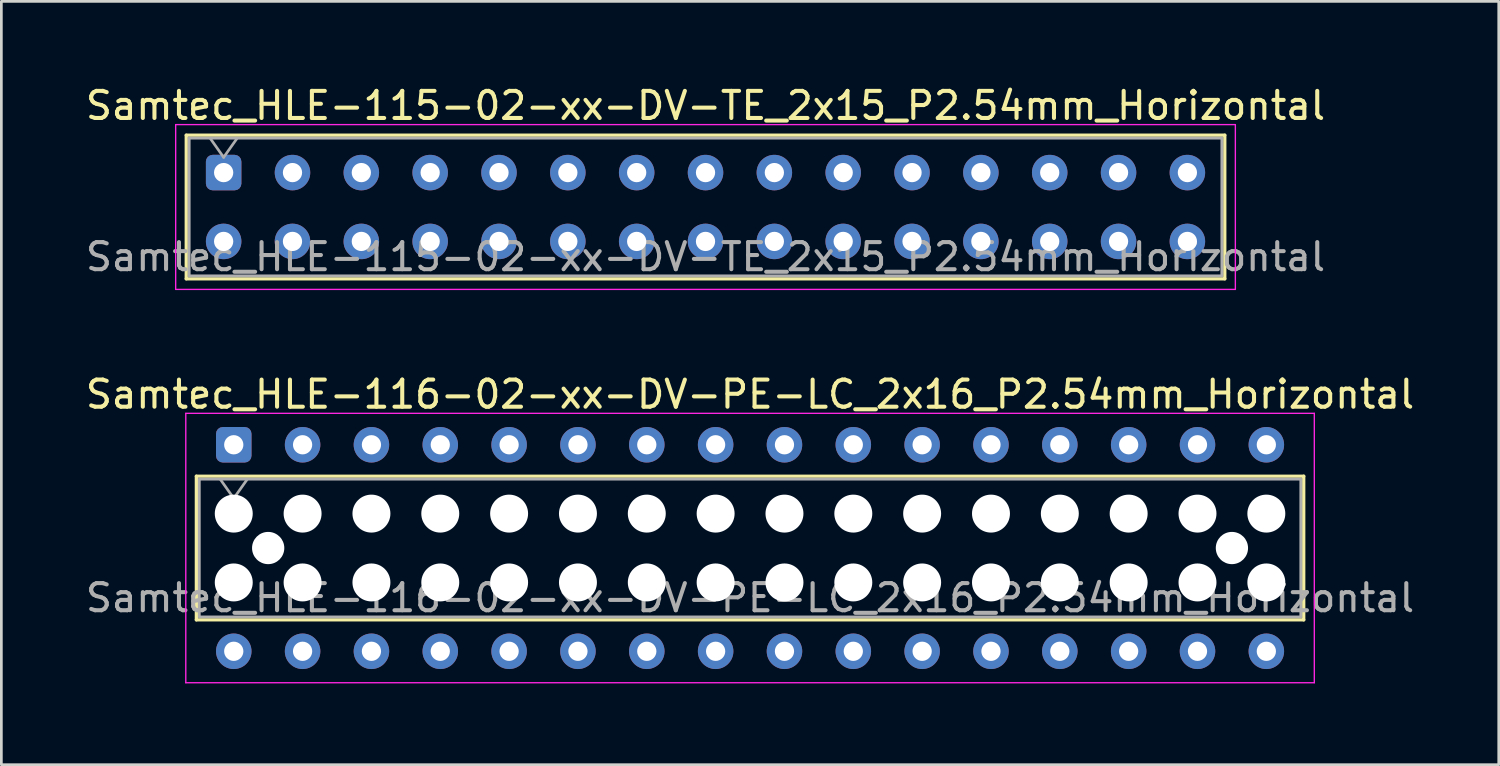
<source format=kicad_pcb>
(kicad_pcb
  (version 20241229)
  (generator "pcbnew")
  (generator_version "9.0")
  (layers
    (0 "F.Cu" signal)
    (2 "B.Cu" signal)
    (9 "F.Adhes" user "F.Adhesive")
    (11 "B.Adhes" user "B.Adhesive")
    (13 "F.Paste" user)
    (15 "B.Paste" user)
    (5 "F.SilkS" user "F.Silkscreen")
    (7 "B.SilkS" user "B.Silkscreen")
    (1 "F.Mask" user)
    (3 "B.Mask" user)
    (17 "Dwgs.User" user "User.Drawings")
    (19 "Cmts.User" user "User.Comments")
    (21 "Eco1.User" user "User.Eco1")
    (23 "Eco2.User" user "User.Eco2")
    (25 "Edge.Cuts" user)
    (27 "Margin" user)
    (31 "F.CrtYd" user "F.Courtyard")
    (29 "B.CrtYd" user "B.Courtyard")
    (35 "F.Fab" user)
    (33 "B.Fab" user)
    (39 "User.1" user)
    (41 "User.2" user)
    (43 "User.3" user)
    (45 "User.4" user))
  (footprint "Samtec_HLE-115-02-xx-DV-TE_2x15_P2.54mm_Horizontal"
    (layer "F.Cu")
    (at 5.202 3.318)
    (property "Reference" "Samtec_HLE-115-02-xx-DV-TE_2x15_P2.54mm_Horizontal" (at 17.78 -2.47 0) (layer "F.SilkS") (effects (font (size 1 1) (thickness 0.15))))
    (attr through_hole)
    (fp_line (start -1.38 -1.38) (end 36.94 -1.38) (stroke (width 0.12) (type solid)) (layer "F.SilkS"))
    (fp_line (start -1.38 3.92) (end -1.38 -1.38) (stroke (width 0.12) (type solid)) (layer "F.SilkS"))
    (fp_line (start 36.94 -1.38) (end 36.94 3.92) (stroke (width 0.12) (type solid)) (layer "F.SilkS"))
    (fp_line (start 36.94 3.92) (end -1.38 3.92) (stroke (width 0.12) (type solid)) (layer "F.SilkS"))
    (fp_line (start -1.77 -1.77) (end 37.33 -1.77) (stroke (width 0.05) (type solid)) (layer "F.CrtYd"))
    (fp_line (start -1.77 4.31) (end -1.77 -1.77) (stroke (width 0.05) (type solid)) (layer "F.CrtYd"))
    (fp_line (start 37.33 -1.77) (end 37.33 4.31) (stroke (width 0.05) (type solid)) (layer "F.CrtYd"))
    (fp_line (start 37.33 4.31) (end -1.77 4.31) (stroke (width 0.05) (type solid)) (layer "F.CrtYd"))
    (fp_line (start -1.27 -1.27) (end 36.83 -1.27) (stroke (width 0.1) (type solid)) (layer "F.Fab"))
    (fp_line (start -1.27 3.81) (end -1.27 -1.27) (stroke (width 0.1) (type solid)) (layer "F.Fab"))
    (fp_line (start -0.5 -1.27) (end 0 -0.563) (stroke (width 0.1) (type solid)) (layer "F.Fab"))
    (fp_line (start 0 -0.563) (end 0.5 -1.27) (stroke (width 0.1) (type solid)) (layer "F.Fab"))
    (fp_line (start 36.83 -1.27) (end 36.83 3.81) (stroke (width 0.1) (type solid)) (layer "F.Fab"))
    (fp_line (start 36.83 3.81) (end -1.27 3.81) (stroke (width 0.1) (type solid)) (layer "F.Fab"))
    (fp_text user "${REFERENCE}" (at 17.78 3.11 0) (layer "F.Fab") (effects (font (size 1 1) (thickness 0.15))))
    (pad "1" thru_hole roundrect (at 0 0) (size 1.31 1.31) (drill 0.71) (layers "*.Cu" "*.Mask") (roundrect_rratio 0.191))
    (pad "2" thru_hole circle (at 0 2.54) (size 1.31 1.31) (drill 0.71) (layers "*.Cu" "*.Mask"))
    (pad "3" thru_hole circle (at 2.54 0) (size 1.31 1.31) (drill 0.71) (layers "*.Cu" "*.Mask"))
    (pad "4" thru_hole circle (at 2.54 2.54) (size 1.31 1.31) (drill 0.71) (layers "*.Cu" "*.Mask"))
    (pad "5" thru_hole circle (at 5.08 0) (size 1.31 1.31) (drill 0.71) (layers "*.Cu" "*.Mask"))
    (pad "6" thru_hole circle (at 5.08 2.54) (size 1.31 1.31) (drill 0.71) (layers "*.Cu" "*.Mask"))
    (pad "7" thru_hole circle (at 7.62 0) (size 1.31 1.31) (drill 0.71) (layers "*.Cu" "*.Mask"))
    (pad "8" thru_hole circle (at 7.62 2.54) (size 1.31 1.31) (drill 0.71) (layers "*.Cu" "*.Mask"))
    (pad "9" thru_hole circle (at 10.16 0) (size 1.31 1.31) (drill 0.71) (layers "*.Cu" "*.Mask"))
    (pad "10" thru_hole circle (at 10.16 2.54) (size 1.31 1.31) (drill 0.71) (layers "*.Cu" "*.Mask"))
    (pad "11" thru_hole circle (at 12.7 0) (size 1.31 1.31) (drill 0.71) (layers "*.Cu" "*.Mask"))
    (pad "12" thru_hole circle (at 12.7 2.54) (size 1.31 1.31) (drill 0.71) (layers "*.Cu" "*.Mask"))
    (pad "13" thru_hole circle (at 15.24 0) (size 1.31 1.31) (drill 0.71) (layers "*.Cu" "*.Mask"))
    (pad "14" thru_hole circle (at 15.24 2.54) (size 1.31 1.31) (drill 0.71) (layers "*.Cu" "*.Mask"))
    (pad "15" thru_hole circle (at 17.78 0) (size 1.31 1.31) (drill 0.71) (layers "*.Cu" "*.Mask"))
    (pad "16" thru_hole circle (at 17.78 2.54) (size 1.31 1.31) (drill 0.71) (layers "*.Cu" "*.Mask"))
    (pad "17" thru_hole circle (at 20.32 0) (size 1.31 1.31) (drill 0.71) (layers "*.Cu" "*.Mask"))
    (pad "18" thru_hole circle (at 20.32 2.54) (size 1.31 1.31) (drill 0.71) (layers "*.Cu" "*.Mask"))
    (pad "19" thru_hole circle (at 22.86 0) (size 1.31 1.31) (drill 0.71) (layers "*.Cu" "*.Mask"))
    (pad "20" thru_hole circle (at 22.86 2.54) (size 1.31 1.31) (drill 0.71) (layers "*.Cu" "*.Mask"))
    (pad "21" thru_hole circle (at 25.4 0) (size 1.31 1.31) (drill 0.71) (layers "*.Cu" "*.Mask"))
    (pad "22" thru_hole circle (at 25.4 2.54) (size 1.31 1.31) (drill 0.71) (layers "*.Cu" "*.Mask"))
    (pad "23" thru_hole circle (at 27.94 0) (size 1.31 1.31) (drill 0.71) (layers "*.Cu" "*.Mask"))
    (pad "24" thru_hole circle (at 27.94 2.54) (size 1.31 1.31) (drill 0.71) (layers "*.Cu" "*.Mask"))
    (pad "25" thru_hole circle (at 30.48 0) (size 1.31 1.31) (drill 0.71) (layers "*.Cu" "*.Mask"))
    (pad "26" thru_hole circle (at 30.48 2.54) (size 1.31 1.31) (drill 0.71) (layers "*.Cu" "*.Mask"))
    (pad "27" thru_hole circle (at 33.02 0) (size 1.31 1.31) (drill 0.71) (layers "*.Cu" "*.Mask"))
    (pad "28" thru_hole circle (at 33.02 2.54) (size 1.31 1.31) (drill 0.71) (layers "*.Cu" "*.Mask"))
    (pad "29" thru_hole circle (at 35.56 0) (size 1.31 1.31) (drill 0.71) (layers "*.Cu" "*.Mask"))
    (pad "30" thru_hole circle (at 35.56 2.54) (size 1.31 1.31) (drill 0.71) (layers "*.Cu" "*.Mask")))
  (footprint "Samtec_HLE-116-02-xx-DV-PE-LC_2x16_P2.54mm_Horizontal"
    (layer "F.Cu")
    (at 5.575 13.361)
    (property "Reference" "Samtec_HLE-116-02-xx-DV-PE-LC_2x16_P2.54mm_Horizontal" (at 19.05 -1.86 0) (layer "F.SilkS") (effects (font (size 1 1) (thickness 0.15))))
    (attr through_hole)
    (fp_line (start -1.38 1.16) (end 39.48 1.16) (stroke (width 0.12) (type solid)) (layer "F.SilkS"))
    (fp_line (start -1.38 6.46) (end -1.38 1.16) (stroke (width 0.12) (type solid)) (layer "F.SilkS"))
    (fp_line (start 39.48 1.16) (end 39.48 6.46) (stroke (width 0.12) (type solid)) (layer "F.SilkS"))
    (fp_line (start 39.48 6.46) (end -1.38 6.46) (stroke (width 0.12) (type solid)) (layer "F.SilkS"))
    (fp_line (start -1.77 -1.16) (end 39.87 -1.16) (stroke (width 0.05) (type solid)) (layer "F.CrtYd"))
    (fp_line (start -1.77 8.78) (end -1.77 -1.16) (stroke (width 0.05) (type solid)) (layer "F.CrtYd"))
    (fp_line (start 39.87 -1.16) (end 39.87 8.78) (stroke (width 0.05) (type solid)) (layer "F.CrtYd"))
    (fp_line (start 39.87 8.78) (end -1.77 8.78) (stroke (width 0.05) (type solid)) (layer "F.CrtYd"))
    (fp_line (start -1.27 1.27) (end 39.37 1.27) (stroke (width 0.1) (type solid)) (layer "F.Fab"))
    (fp_line (start -1.27 6.35) (end -1.27 1.27) (stroke (width 0.1) (type solid)) (layer "F.Fab"))
    (fp_line (start -0.5 1.27) (end 0 1.977) (stroke (width 0.1) (type solid)) (layer "F.Fab"))
    (fp_line (start 0 1.977) (end 0.5 1.27) (stroke (width 0.1) (type solid)) (layer "F.Fab"))
    (fp_line (start 39.37 1.27) (end 39.37 6.35) (stroke (width 0.1) (type solid)) (layer "F.Fab"))
    (fp_line (start 39.37 6.35) (end -1.27 6.35) (stroke (width 0.1) (type solid)) (layer "F.Fab"))
    (fp_text user "${REFERENCE}" (at 19.05 5.65 0) (layer "F.Fab") (effects (font (size 1 1) (thickness 0.15))))
    (pad "" np_thru_hole circle (at 0 2.54) (size 1.4 1.4) (drill 1.4) (layers "*.Cu" "*.Mask"))
    (pad "" np_thru_hole circle (at 0 5.08) (size 1.4 1.4) (drill 1.4) (layers "*.Cu" "*.Mask"))
    (pad "" np_thru_hole circle (at 1.27 3.81) (size 1.19 1.19) (drill 1.19) (layers "*.Cu" "*.Mask"))
    (pad "" np_thru_hole circle (at 2.54 2.54) (size 1.4 1.4) (drill 1.4) (layers "*.Cu" "*.Mask"))
    (pad "" np_thru_hole circle (at 2.54 5.08) (size 1.4 1.4) (drill 1.4) (layers "*.Cu" "*.Mask"))
    (pad "" np_thru_hole circle (at 5.08 2.54) (size 1.4 1.4) (drill 1.4) (layers "*.Cu" "*.Mask"))
    (pad "" np_thru_hole circle (at 5.08 5.08) (size 1.4 1.4) (drill 1.4) (layers "*.Cu" "*.Mask"))
    (pad "" np_thru_hole circle (at 7.62 2.54) (size 1.4 1.4) (drill 1.4) (layers "*.Cu" "*.Mask"))
    (pad "" np_thru_hole circle (at 7.62 5.08) (size 1.4 1.4) (drill 1.4) (layers "*.Cu" "*.Mask"))
    (pad "" np_thru_hole circle (at 10.16 2.54) (size 1.4 1.4) (drill 1.4) (layers "*.Cu" "*.Mask"))
    (pad "" np_thru_hole circle (at 10.16 5.08) (size 1.4 1.4) (drill 1.4) (layers "*.Cu" "*.Mask"))
    (pad "" np_thru_hole circle (at 12.7 2.54) (size 1.4 1.4) (drill 1.4) (layers "*.Cu" "*.Mask"))
    (pad "" np_thru_hole circle (at 12.7 5.08) (size 1.4 1.4) (drill 1.4) (layers "*.Cu" "*.Mask"))
    (pad "" np_thru_hole circle (at 15.24 2.54) (size 1.4 1.4) (drill 1.4) (layers "*.Cu" "*.Mask"))
    (pad "" np_thru_hole circle (at 15.24 5.08) (size 1.4 1.4) (drill 1.4) (layers "*.Cu" "*.Mask"))
    (pad "" np_thru_hole circle (at 17.78 2.54) (size 1.4 1.4) (drill 1.4) (layers "*.Cu" "*.Mask"))
    (pad "" np_thru_hole circle (at 17.78 5.08) (size 1.4 1.4) (drill 1.4) (layers "*.Cu" "*.Mask"))
    (pad "" np_thru_hole circle (at 20.32 2.54) (size 1.4 1.4) (drill 1.4) (layers "*.Cu" "*.Mask"))
    (pad "" np_thru_hole circle (at 20.32 5.08) (size 1.4 1.4) (drill 1.4) (layers "*.Cu" "*.Mask"))
    (pad "" np_thru_hole circle (at 22.86 2.54) (size 1.4 1.4) (drill 1.4) (layers "*.Cu" "*.Mask"))
    (pad "" np_thru_hole circle (at 22.86 5.08) (size 1.4 1.4) (drill 1.4) (layers "*.Cu" "*.Mask"))
    (pad "" np_thru_hole circle (at 25.4 2.54) (size 1.4 1.4) (drill 1.4) (layers "*.Cu" "*.Mask"))
    (pad "" np_thru_hole circle (at 25.4 5.08) (size 1.4 1.4) (drill 1.4) (layers "*.Cu" "*.Mask"))
    (pad "" np_thru_hole circle (at 27.94 2.54) (size 1.4 1.4) (drill 1.4) (layers "*.Cu" "*.Mask"))
    (pad "" np_thru_hole circle (at 27.94 5.08) (size 1.4 1.4) (drill 1.4) (layers "*.Cu" "*.Mask"))
    (pad "" np_thru_hole circle (at 30.48 2.54) (size 1.4 1.4) (drill 1.4) (layers "*.Cu" "*.Mask"))
    (pad "" np_thru_hole circle (at 30.48 5.08) (size 1.4 1.4) (drill 1.4) (layers "*.Cu" "*.Mask"))
    (pad "" np_thru_hole circle (at 33.02 2.54) (size 1.4 1.4) (drill 1.4) (layers "*.Cu" "*.Mask"))
    (pad "" np_thru_hole circle (at 33.02 5.08) (size 1.4 1.4) (drill 1.4) (layers "*.Cu" "*.Mask"))
    (pad "" np_thru_hole circle (at 35.56 2.54) (size 1.4 1.4) (drill 1.4) (layers "*.Cu" "*.Mask"))
    (pad "" np_thru_hole circle (at 35.56 5.08) (size 1.4 1.4) (drill 1.4) (layers "*.Cu" "*.Mask"))
    (pad "" np_thru_hole circle (at 36.83 3.81) (size 1.19 1.19) (drill 1.19) (layers "*.Cu" "*.Mask"))
    (pad "" np_thru_hole circle (at 38.1 2.54) (size 1.4 1.4) (drill 1.4) (layers "*.Cu" "*.Mask"))
    (pad "" np_thru_hole circle (at 38.1 5.08) (size 1.4 1.4) (drill 1.4) (layers "*.Cu" "*.Mask"))
    (pad "1" thru_hole roundrect (at 0 0) (size 1.31 1.31) (drill 0.71) (layers "*.Cu" "*.Mask") (roundrect_rratio 0.191))
    (pad "2" thru_hole circle (at 0 7.62) (size 1.31 1.31) (drill 0.71) (layers "*.Cu" "*.Mask"))
    (pad "3" thru_hole circle (at 2.54 0) (size 1.31 1.31) (drill 0.71) (layers "*.Cu" "*.Mask"))
    (pad "4" thru_hole circle (at 2.54 7.62) (size 1.31 1.31) (drill 0.71) (layers "*.Cu" "*.Mask"))
    (pad "5" thru_hole circle (at 5.08 0) (size 1.31 1.31) (drill 0.71) (layers "*.Cu" "*.Mask"))
    (pad "6" thru_hole circle (at 5.08 7.62) (size 1.31 1.31) (drill 0.71) (layers "*.Cu" "*.Mask"))
    (pad "7" thru_hole circle (at 7.62 0) (size 1.31 1.31) (drill 0.71) (layers "*.Cu" "*.Mask"))
    (pad "8" thru_hole circle (at 7.62 7.62) (size 1.31 1.31) (drill 0.71) (layers "*.Cu" "*.Mask"))
    (pad "9" thru_hole circle (at 10.16 0) (size 1.31 1.31) (drill 0.71) (layers "*.Cu" "*.Mask"))
    (pad "10" thru_hole circle (at 10.16 7.62) (size 1.31 1.31) (drill 0.71) (layers "*.Cu" "*.Mask"))
    (pad "11" thru_hole circle (at 12.7 0) (size 1.31 1.31) (drill 0.71) (layers "*.Cu" "*.Mask"))
    (pad "12" thru_hole circle (at 12.7 7.62) (size 1.31 1.31) (drill 0.71) (layers "*.Cu" "*.Mask"))
    (pad "13" thru_hole circle (at 15.24 0) (size 1.31 1.31) (drill 0.71) (layers "*.Cu" "*.Mask"))
    (pad "14" thru_hole circle (at 15.24 7.62) (size 1.31 1.31) (drill 0.71) (layers "*.Cu" "*.Mask"))
    (pad "15" thru_hole circle (at 17.78 0) (size 1.31 1.31) (drill 0.71) (layers "*.Cu" "*.Mask"))
    (pad "16" thru_hole circle (at 17.78 7.62) (size 1.31 1.31) (drill 0.71) (layers "*.Cu" "*.Mask"))
    (pad "17" thru_hole circle (at 20.32 0) (size 1.31 1.31) (drill 0.71) (layers "*.Cu" "*.Mask"))
    (pad "18" thru_hole circle (at 20.32 7.62) (size 1.31 1.31) (drill 0.71) (layers "*.Cu" "*.Mask"))
    (pad "19" thru_hole circle (at 22.86 0) (size 1.31 1.31) (drill 0.71) (layers "*.Cu" "*.Mask"))
    (pad "20" thru_hole circle (at 22.86 7.62) (size 1.31 1.31) (drill 0.71) (layers "*.Cu" "*.Mask"))
    (pad "21" thru_hole circle (at 25.4 0) (size 1.31 1.31) (drill 0.71) (layers "*.Cu" "*.Mask"))
    (pad "22" thru_hole circle (at 25.4 7.62) (size 1.31 1.31) (drill 0.71) (layers "*.Cu" "*.Mask"))
    (pad "23" thru_hole circle (at 27.94 0) (size 1.31 1.31) (drill 0.71) (layers "*.Cu" "*.Mask"))
    (pad "24" thru_hole circle (at 27.94 7.62) (size 1.31 1.31) (drill 0.71) (layers "*.Cu" "*.Mask"))
    (pad "25" thru_hole circle (at 30.48 0) (size 1.31 1.31) (drill 0.71) (layers "*.Cu" "*.Mask"))
    (pad "26" thru_hole circle (at 30.48 7.62) (size 1.31 1.31) (drill 0.71) (layers "*.Cu" "*.Mask"))
    (pad "27" thru_hole circle (at 33.02 0) (size 1.31 1.31) (drill 0.71) (layers "*.Cu" "*.Mask"))
    (pad "28" thru_hole circle (at 33.02 7.62) (size 1.31 1.31) (drill 0.71) (layers "*.Cu" "*.Mask"))
    (pad "29" thru_hole circle (at 35.56 0) (size 1.31 1.31) (drill 0.71) (layers "*.Cu" "*.Mask"))
    (pad "30" thru_hole circle (at 35.56 7.62) (size 1.31 1.31) (drill 0.71) (layers "*.Cu" "*.Mask"))
    (pad "31" thru_hole circle (at 38.1 0) (size 1.31 1.31) (drill 0.71) (layers "*.Cu" "*.Mask"))
    (pad "32" thru_hole circle (at 38.1 7.62) (size 1.31 1.31) (drill 0.71) (layers "*.Cu" "*.Mask")))
  (gr_rect
    (start -3 -3)
    (end 52.25 25.166)
    (stroke (width 0.1) (type default))
    (fill no)
    (layer "Edge.Cuts")))
</source>
